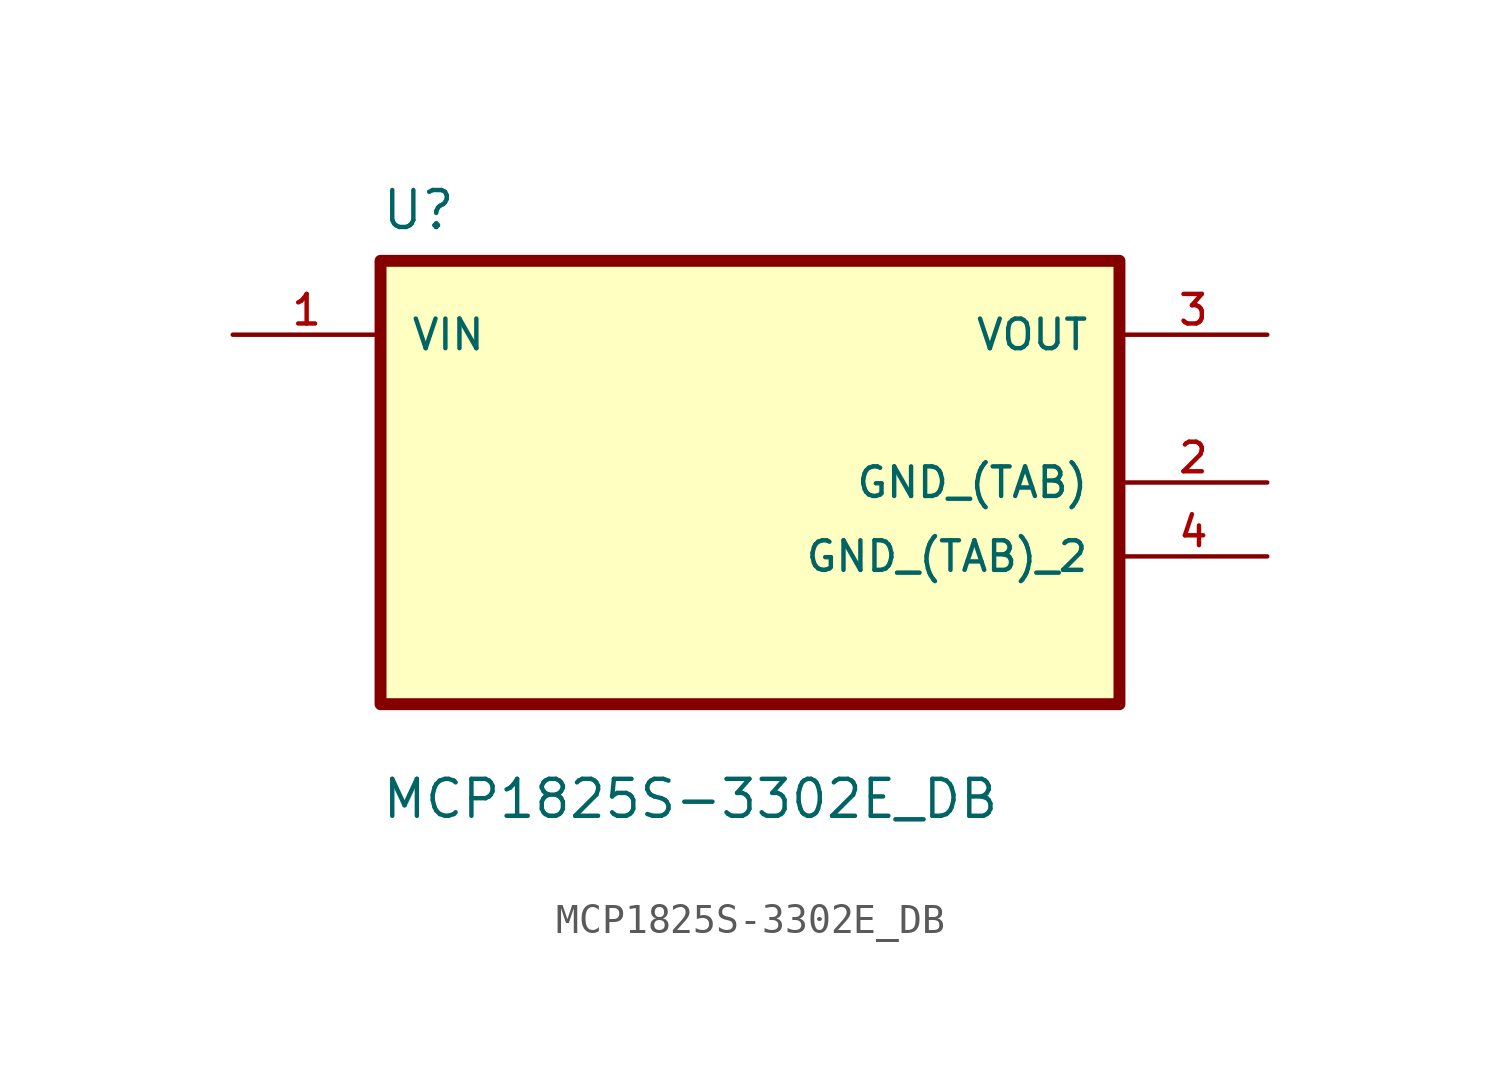
<source format=kicad_sym>
(kicad_symbol_lib
  (version 20211014)
  (generator kicad_symbol_editor)
  (symbol "MCP1825S-3302E_DB"
    (pin_names
      (offset 1.016))
    (property "Reference" "U"
      (at -12.7 8.62 0.0)
      (effects (font (size 1.27 1.27)) (justify bottom left)))
    (property "Value" "MCP1825S-3302E_DB"
      (at -12.7 -11.62 0.0)
      (effects (font (size 1.27 1.27)) (justify bottom left)))
    (symbol "MCP1825S-3302E_DB_0_0"
      (rectangle (start -12.7 -7.62) (end 12.7 7.62) (stroke (width 0.41)) (fill (type background)))
      (pin input line (at -17.78 5.08 0) (length 5.08) (name "VIN" (effects (font (size 1.016 1.016)))) (number "1" (effects (font (size 1.016 1.016)))))
      (pin output line (at 17.78 5.08 180.0) (length 5.08) (name "VOUT" (effects (font (size 1.016 1.016)))) (number "3" (effects (font (size 1.016 1.016)))))
      (pin power_in line (at 17.78 0.0 180.0) (length 5.08) (name "GND_(TAB)" (effects (font (size 1.016 1.016)))) (number "2" (effects (font (size 1.016 1.016)))))
      (pin power_in line (at 17.78 -2.54 180.0) (length 5.08) (name "GND_(TAB)_2" (effects (font (size 1.016 1.016)))) (number "4" (effects (font (size 1.016 1.016))))))))
</source>
